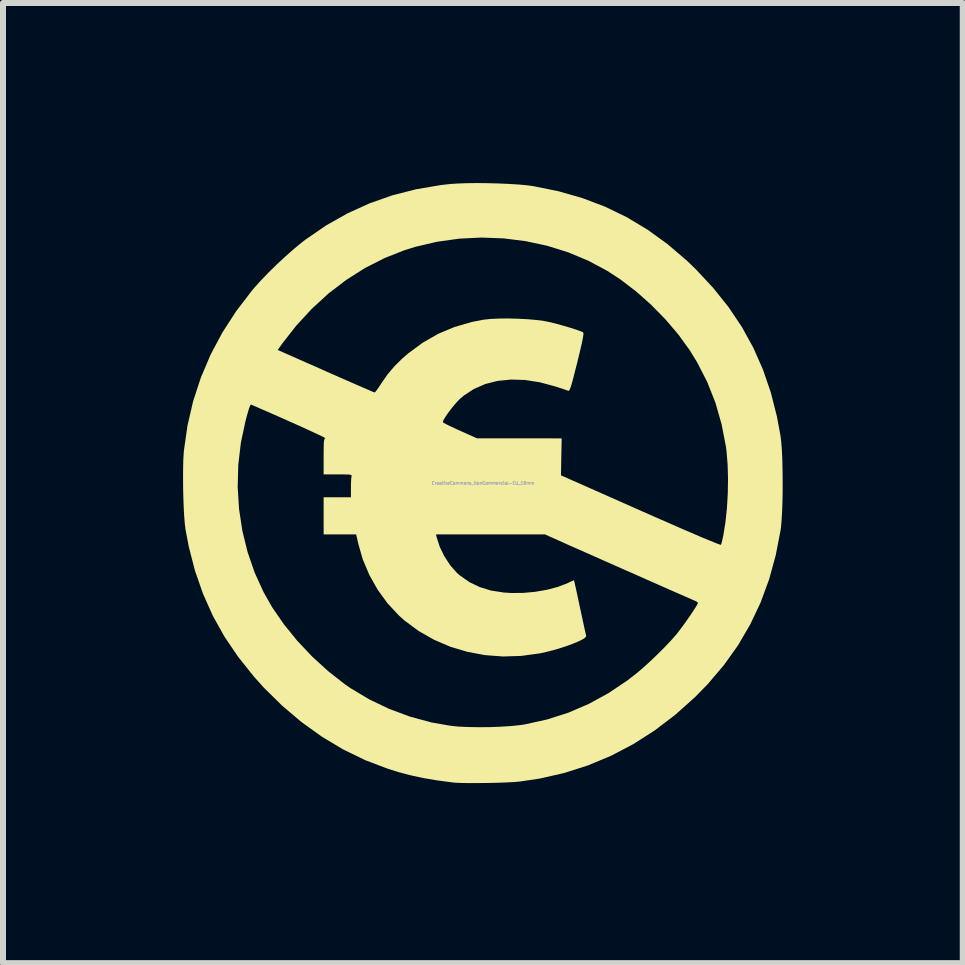
<source format=kicad_pcb>
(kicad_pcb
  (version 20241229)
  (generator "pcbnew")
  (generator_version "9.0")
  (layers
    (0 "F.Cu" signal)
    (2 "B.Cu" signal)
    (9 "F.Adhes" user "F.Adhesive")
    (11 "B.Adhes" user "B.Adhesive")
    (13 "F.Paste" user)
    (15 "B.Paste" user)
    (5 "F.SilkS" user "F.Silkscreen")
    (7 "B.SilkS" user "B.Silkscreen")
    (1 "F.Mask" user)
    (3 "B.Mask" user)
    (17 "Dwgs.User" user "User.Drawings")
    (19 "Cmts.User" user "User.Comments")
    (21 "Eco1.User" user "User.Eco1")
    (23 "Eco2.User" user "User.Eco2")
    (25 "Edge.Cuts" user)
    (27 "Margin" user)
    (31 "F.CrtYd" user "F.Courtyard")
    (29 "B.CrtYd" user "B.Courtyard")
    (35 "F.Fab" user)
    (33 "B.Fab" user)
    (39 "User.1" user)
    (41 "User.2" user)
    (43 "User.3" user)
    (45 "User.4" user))
  (footprint "CreativeCommons_NonCommercial-EU_10mm"
    (layer "F.Cu")
    (at 4.997 4.999)
    (property "Reference" "CreativeCommons_NonCommercial-EU_10mm" (at 0 0 0) (layer "F.Fab") (effects (font (size 0.05 0.05) (thickness 0.013))))
    (attr board_only exclude_from_pos_files exclude_from_bom)
    (fp_poly (pts (xy 0.087 -4.997) (xy 0.267 -4.992) (xy 0.442 -4.984) (xy 0.603 -4.974) (xy 0.742 -4.961) (xy 0.836 -4.948) (xy 1.256 -4.863) (xy 1.655 -4.749) (xy 2.035 -4.605) (xy 2.398 -4.429) (xy 2.744 -4.221) (xy 3.077 -3.98) (xy 3.397 -3.706) (xy 3.545 -3.564) (xy 3.835 -3.253) (xy 4.091 -2.933) (xy 4.314 -2.601) (xy 4.505 -2.254) (xy 4.665 -1.891) (xy 4.796 -1.51) (xy 4.898 -1.107) (xy 4.958 -0.782) (xy 4.97 -0.68) (xy 4.98 -0.55) (xy 4.987 -0.396) (xy 4.991 -0.228) (xy 4.993 -0.05) (xy 4.993 0.13) (xy 4.99 0.304) (xy 4.984 0.467) (xy 4.976 0.611) (xy 4.966 0.729) (xy 4.96 0.777) (xy 4.878 1.201) (xy 4.767 1.605) (xy 4.626 1.989) (xy 4.453 2.354) (xy 4.25 2.702) (xy 4.014 3.033) (xy 3.746 3.348) (xy 3.534 3.565) (xy 3.204 3.86) (xy 2.86 4.122) (xy 2.503 4.35) (xy 2.132 4.544) (xy 1.748 4.704) (xy 1.351 4.831) (xy 0.94 4.924) (xy 0.609 4.973) (xy 0.528 4.98) (xy 0.42 4.986) (xy 0.294 4.991) (xy 0.156 4.995) (xy 0.014 4.997) (xy -0.126 4.998) (xy -0.256 4.998) (xy -0.368 4.996) (xy -0.457 4.992) (xy -0.5 4.988) (xy -0.759 4.954) (xy -0.991 4.915) (xy -1.204 4.869) (xy -1.408 4.815) (xy -1.581 4.761) (xy -1.96 4.617) (xy -2.327 4.439) (xy -2.681 4.227) (xy -3.022 3.983) (xy -3.347 3.708) (xy -3.656 3.403) (xy -3.814 3.227) (xy -4.077 2.898) (xy -4.306 2.56) (xy -4.502 2.209) (xy -4.665 1.843) (xy -4.798 1.461) (xy -4.902 1.059) (xy -4.956 0.773) (xy -4.968 0.677) (xy -4.978 0.553) (xy -4.986 0.407) (xy -4.992 0.247) (xy -4.996 0.081) (xy -4.996 0.066) (xy -4.087 0.066) (xy -4.064 0.434) (xy -4.009 0.795) (xy -3.922 1.149) (xy -3.804 1.491) (xy -3.655 1.818) (xy -3.51 2.073) (xy -3.315 2.355) (xy -3.091 2.631) (xy -2.844 2.892) (xy -2.58 3.133) (xy -2.306 3.348) (xy -2.203 3.419) (xy -1.892 3.605) (xy -1.561 3.763) (xy -1.216 3.891) (xy -0.863 3.987) (xy -0.544 4.043) (xy -0.409 4.057) (xy -0.249 4.064) (xy -0.072 4.067) (xy 0.112 4.066) (xy 0.293 4.059) (xy 0.464 4.048) (xy 0.613 4.033) (xy 0.7 4.02) (xy 1.07 3.938) (xy 1.423 3.825) (xy 1.761 3.68) (xy 2.087 3.502) (xy 2.402 3.291) (xy 2.563 3.166) (xy 2.669 3.076) (xy 2.788 2.968) (xy 2.91 2.851) (xy 3.029 2.732) (xy 3.136 2.619) (xy 3.224 2.519) (xy 3.239 2.5) (xy 3.286 2.439) (xy 3.34 2.366) (xy 3.397 2.286) (xy 3.453 2.206) (xy 3.503 2.131) (xy 3.544 2.067) (xy 3.572 2.02) (xy 3.582 1.997) (xy 3.567 1.979) (xy 3.541 1.965) (xy 3.518 1.955) (xy 3.465 1.932) (xy 3.386 1.897) (xy 3.283 1.852) (xy 3.16 1.798) (xy 3.021 1.737) (xy 2.868 1.669) (xy 2.705 1.597) (xy 2.536 1.522) (xy 2.363 1.446) (xy 2.189 1.369) (xy 2.019 1.294) (xy 1.856 1.221) (xy 1.702 1.153) (xy 1.562 1.091) (xy 1.437 1.036) (xy 1.333 0.989) (xy 1.252 0.953) (xy 1.212 0.935) (xy 1.033 0.855) (xy -0.783 0.855) (xy -0.771 0.905) (xy -0.719 1.065) (xy -0.642 1.223) (xy -0.546 1.369) (xy -0.437 1.493) (xy -0.387 1.537) (xy -0.228 1.649) (xy -0.056 1.732) (xy 0.133 1.79) (xy 0.344 1.823) (xy 0.466 1.831) (xy 0.665 1.83) (xy 0.867 1.812) (xy 1.064 1.778) (xy 1.246 1.73) (xy 1.404 1.67) (xy 1.443 1.651) (xy 1.486 1.631) (xy 1.513 1.621) (xy 1.517 1.621) (xy 1.522 1.64) (xy 1.533 1.689) (xy 1.55 1.765) (xy 1.571 1.861) (xy 1.595 1.974) (xy 1.616 2.073) (xy 1.643 2.196) (xy 1.667 2.309) (xy 1.688 2.406) (xy 1.705 2.482) (xy 1.716 2.531) (xy 1.72 2.548) (xy 1.708 2.57) (xy 1.666 2.6) (xy 1.599 2.634) (xy 1.511 2.671) (xy 1.408 2.71) (xy 1.293 2.748) (xy 1.173 2.783) (xy 1.052 2.814) (xy 0.948 2.837) (xy 0.64 2.879) (xy 0.334 2.889) (xy 0.032 2.866) (xy -0.262 2.811) (xy -0.546 2.726) (xy -0.815 2.61) (xy -1.069 2.466) (xy -1.302 2.294) (xy -1.404 2.203) (xy -1.591 2.002) (xy -1.755 1.776) (xy -1.893 1.531) (xy -2.003 1.27) (xy -2.081 0.999) (xy -2.081 0.995) (xy -2.113 0.855) (xy -2.655 0.855) (xy -2.655 0.236) (xy -2.2 0.236) (xy -2.2 0.074) (xy -2.199 -0.002) (xy -2.196 -0.066) (xy -2.191 -0.108) (xy -2.189 -0.117) (xy -2.188 -0.128) (xy -2.2 -0.137) (xy -2.23 -0.142) (xy -2.283 -0.144) (xy -2.364 -0.145) (xy -2.416 -0.145) (xy -2.655 -0.145) (xy -2.655 -0.445) (xy -2.654 -0.557) (xy -2.653 -0.637) (xy -2.65 -0.69) (xy -2.645 -0.723) (xy -2.638 -0.74) (xy -2.628 -0.746) (xy -2.623 -0.746) (xy -2.632 -0.753) (xy -2.67 -0.773) (xy -2.736 -0.805) (xy -2.824 -0.846) (xy -2.932 -0.896) (xy -3.057 -0.953) (xy -3.195 -1.014) (xy -3.226 -1.028) (xy -3.367 -1.091) (xy -3.499 -1.149) (xy -3.615 -1.2) (xy -3.714 -1.243) (xy -3.791 -1.277) (xy -3.843 -1.299) (xy -3.866 -1.309) (xy -3.867 -1.309) (xy -3.879 -1.292) (xy -3.899 -1.24) (xy -3.924 -1.156) (xy -3.955 -1.041) (xy -3.956 -1.037) (xy -4.034 -0.672) (xy -4.077 -0.303) (xy -4.087 0.066) (xy -4.996 0.066) (xy -4.997 -0.084) (xy -4.996 -0.242) (xy -4.993 -0.383) (xy -4.986 -0.501) (xy -4.983 -0.54) (xy -4.923 -0.959) (xy -4.829 -1.365) (xy -4.7 -1.759) (xy -4.538 -2.14) (xy -4.497 -2.218) (xy -3.42 -2.218) (xy -3.342 -2.184) (xy -3.309 -2.169) (xy -3.247 -2.142) (xy -3.159 -2.103) (xy -3.049 -2.054) (xy -2.922 -1.998) (xy -2.781 -1.936) (xy -2.63 -1.869) (xy -2.541 -1.829) (xy -2.389 -1.762) (xy -2.247 -1.7) (xy -2.119 -1.644) (xy -2.008 -1.596) (xy -1.918 -1.557) (xy -1.852 -1.528) (xy -1.813 -1.513) (xy -1.804 -1.51) (xy -1.789 -1.524) (xy -1.76 -1.563) (xy -1.721 -1.619) (xy -1.695 -1.66) (xy -1.589 -1.812) (xy -1.475 -1.947) (xy -1.343 -2.077) (xy -1.243 -2.163) (xy -1.001 -2.341) (xy -0.746 -2.487) (xy -0.474 -2.601) (xy -0.184 -2.685) (xy -0.000217 -2.721) (xy 0.113 -2.734) (xy 0.252 -2.741) (xy 0.408 -2.743) (xy 0.572 -2.739) (xy 0.735 -2.731) (xy 0.886 -2.718) (xy 1.017 -2.701) (xy 1.064 -2.692) (xy 1.142 -2.675) (xy 1.235 -2.651) (xy 1.335 -2.623) (xy 1.435 -2.594) (xy 1.526 -2.565) (xy 1.601 -2.54) (xy 1.653 -2.52) (xy 1.668 -2.512) (xy 1.674 -2.499) (xy 1.673 -2.47) (xy 1.665 -2.42) (xy 1.651 -2.347) (xy 1.628 -2.247) (xy 1.597 -2.118) (xy 1.571 -2.011) (xy 1.534 -1.866) (xy 1.505 -1.752) (xy 1.482 -1.667) (xy 1.464 -1.606) (xy 1.449 -1.567) (xy 1.438 -1.545) (xy 1.427 -1.537) (xy 1.42 -1.538) (xy 1.392 -1.548) (xy 1.337 -1.567) (xy 1.264 -1.591) (xy 1.206 -1.61) (xy 0.949 -1.679) (xy 0.702 -1.718) (xy 0.467 -1.725) (xy 0.245 -1.703) (xy 0.039 -1.651) (xy -0.151 -1.568) (xy -0.321 -1.457) (xy -0.38 -1.407) (xy -0.429 -1.357) (xy -0.484 -1.294) (xy -0.539 -1.225) (xy -0.59 -1.156) (xy -0.632 -1.094) (xy -0.66 -1.045) (xy -0.669 -1.016) (xy -0.668 -1.014) (xy -0.651 -1.002) (xy -0.605 -0.977) (xy -0.538 -0.944) (xy -0.453 -0.905) (xy -0.381 -0.872) (xy -0.1 -0.746) (xy 0.605 -0.746) (xy 1.311 -0.745) (xy 1.305 -0.437) (xy 1.3 -0.129) (xy 2.627 0.459) (xy 2.869 0.566) (xy 3.091 0.663) (xy 3.291 0.751) (xy 3.468 0.827) (xy 3.621 0.893) (xy 3.748 0.946) (xy 3.847 0.986) (xy 3.917 1.014) (xy 3.957 1.027) (xy 3.966 1.028) (xy 3.974 1.002) (xy 3.987 0.951) (xy 4.002 0.883) (xy 4.006 0.863) (xy 4.04 0.65) (xy 4.065 0.416) (xy 4.079 0.171) (xy 4.083 -0.075) (xy 4.076 -0.311) (xy 4.058 -0.528) (xy 4.049 -0.601) (xy 3.976 -0.979) (xy 3.873 -1.339) (xy 3.737 -1.683) (xy 3.569 -2.011) (xy 3.442 -2.218) (xy 3.255 -2.476) (xy 3.039 -2.729) (xy 2.803 -2.97) (xy 2.551 -3.194) (xy 2.29 -3.393) (xy 2.073 -3.535) (xy 1.755 -3.705) (xy 1.42 -3.845) (xy 1.071 -3.954) (xy 0.712 -4.031) (xy 0.346 -4.077) (xy -0.023 -4.091) (xy -0.393 -4.073) (xy -0.76 -4.022) (xy -1.121 -3.938) (xy -1.309 -3.88) (xy -1.642 -3.748) (xy -1.965 -3.584) (xy -2.276 -3.387) (xy -2.573 -3.16) (xy -2.852 -2.904) (xy -3.112 -2.622) (xy -3.346 -2.323) (xy -3.42 -2.218) (xy -4.497 -2.218) (xy -4.341 -2.51) (xy -4.11 -2.867) (xy -3.845 -3.213) (xy -3.829 -3.232) (xy -3.719 -3.356) (xy -3.589 -3.492) (xy -3.445 -3.634) (xy -3.295 -3.773) (xy -3.149 -3.902) (xy -3.013 -4.014) (xy -2.954 -4.059) (xy -2.612 -4.294) (xy -2.257 -4.494) (xy -1.89 -4.661) (xy -1.509 -4.795) (xy -1.112 -4.896) (xy -0.699 -4.966) (xy -0.537 -4.984) (xy -0.412 -4.992) (xy -0.261 -4.997) (xy -0.092 -4.999)) (stroke (width 0) (type solid)) (fill yes) (layer "F.SilkS")))
  (gr_rect
    (start -3 -3)
    (end 12.991 12.997)
    (stroke (width 0.1) (type default))
    (fill no)
    (layer "Edge.Cuts")))
</source>
